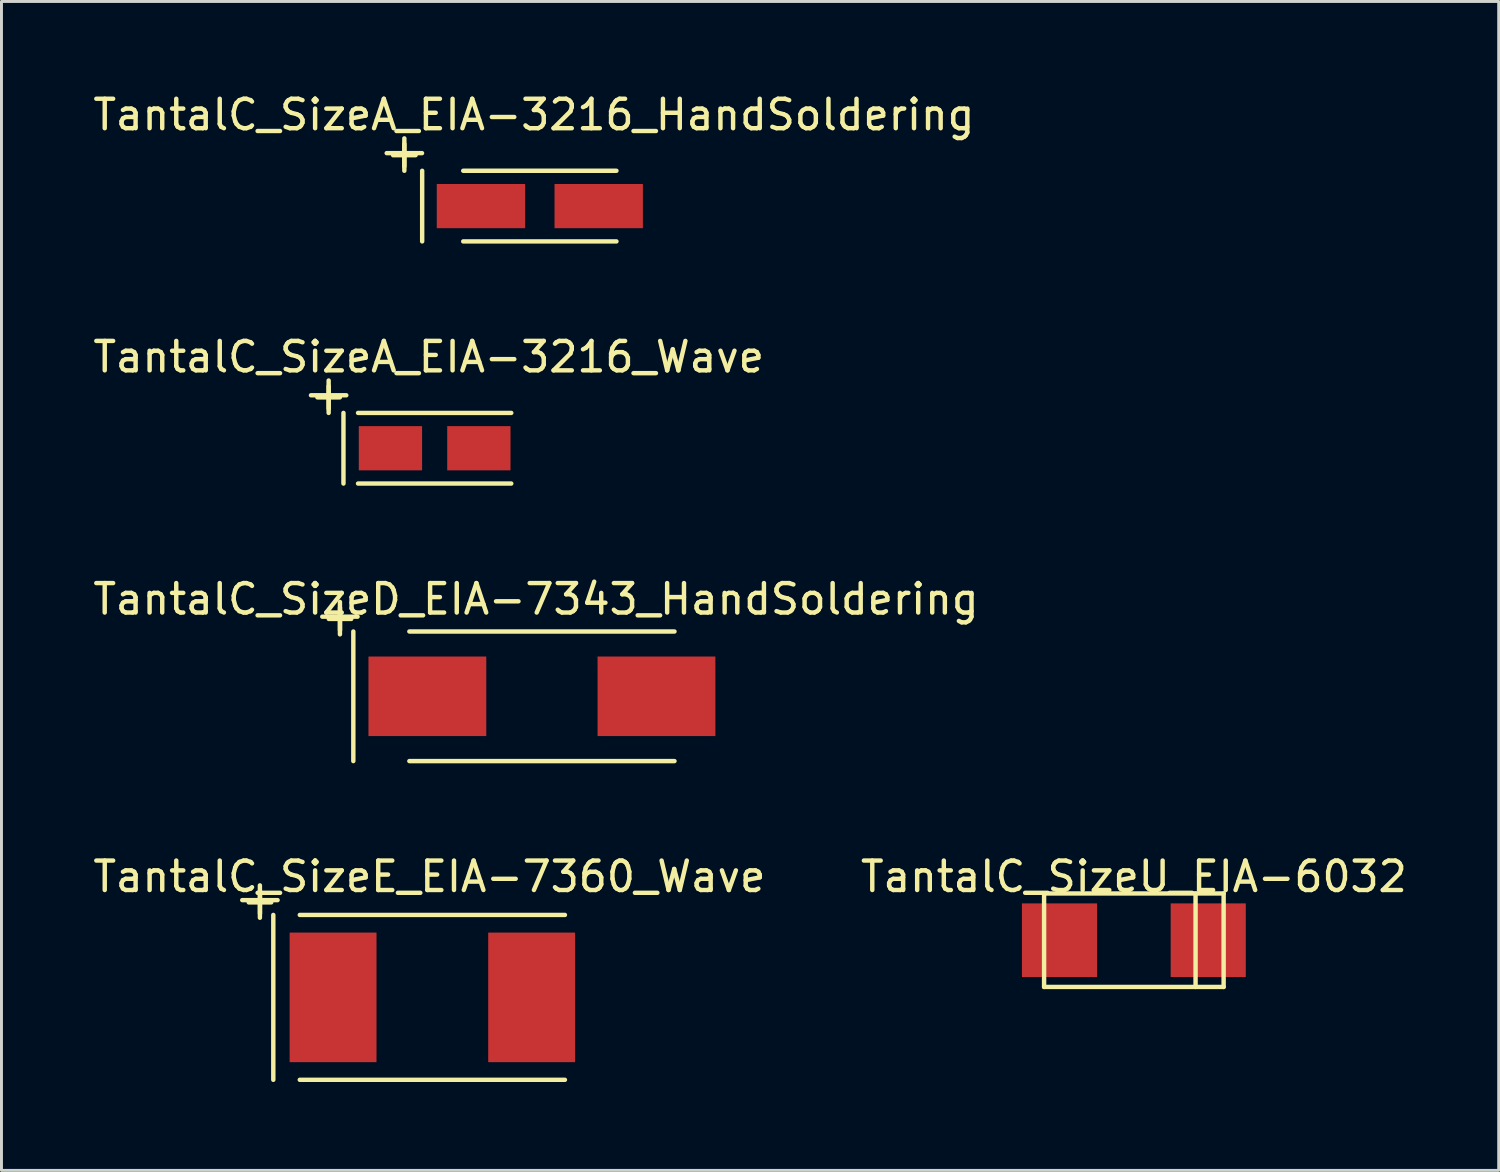
<source format=kicad_pcb>
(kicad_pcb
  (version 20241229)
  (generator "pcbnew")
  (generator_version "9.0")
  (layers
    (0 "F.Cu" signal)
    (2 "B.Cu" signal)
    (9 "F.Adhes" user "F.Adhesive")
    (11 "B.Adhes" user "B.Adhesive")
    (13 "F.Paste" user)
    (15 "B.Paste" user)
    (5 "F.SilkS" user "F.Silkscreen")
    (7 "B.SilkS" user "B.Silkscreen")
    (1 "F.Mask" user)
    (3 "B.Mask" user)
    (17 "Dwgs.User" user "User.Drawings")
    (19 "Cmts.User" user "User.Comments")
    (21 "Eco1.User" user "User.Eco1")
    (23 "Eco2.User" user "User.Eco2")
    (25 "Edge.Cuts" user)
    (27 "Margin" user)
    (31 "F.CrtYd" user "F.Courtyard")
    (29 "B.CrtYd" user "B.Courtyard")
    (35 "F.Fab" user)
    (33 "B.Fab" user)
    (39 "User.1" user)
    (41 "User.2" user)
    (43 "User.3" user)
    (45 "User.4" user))
  (footprint "TantalC_SizeE_EIA-7360_Wave"
    (layer "F.Cu")
    (at 11.629 30.812)
    (property "Reference" "TantalC_SizeE_EIA-7360_Wave" (at -0.099 -4.1 0) (layer "F.SilkS") (effects (font (size 1 1) (thickness 0.15))))
    (attr smd)
    (fp_line (start -6.454 -3.302) (end -5.255 -3.302) (stroke (width 0.15) (type solid)) (layer "F.SilkS"))
    (fp_line (start -5.855 -3.802) (end -5.855 -2.703) (stroke (width 0.15) (type solid)) (layer "F.SilkS"))
    (fp_line (start -5.4 -2.799) (end -5.4 2.799) (stroke (width 0.15) (type solid)) (layer "F.SilkS"))
    (fp_line (start -4.501 2.799) (end 4.501 2.799) (stroke (width 0.15) (type solid)) (layer "F.SilkS"))
    (fp_line (start 4.501 -2.799) (end -4.501 -2.799) (stroke (width 0.15) (type solid)) (layer "F.SilkS"))
    (fp_text user "+" (at -5.852 -3.299 0) (layer "F.SilkS") (effects (font (size 1 1) (thickness 0.15))))
    (pad "1" smd rect (at -3.371 0) (size 2.949 4.399) (layers "F.Cu" "F.Mask" "F.Paste"))
    (pad "2" smd rect (at 3.371 0) (size 2.949 4.399) (layers "F.Cu" "F.Mask" "F.Paste")))
  (footprint "TantalC_SizeA_EIA-3216_Wave"
    (layer "F.Cu")
    (at 11.707 12.168)
    (property "Reference" "TantalC_SizeA_EIA-3216_Wave" (at -0.201 -3.099 0) (layer "F.SilkS") (effects (font (size 1 1) (thickness 0.15))))
    (attr smd)
    (fp_line (start -4.199 -1.798) (end -3 -1.798) (stroke (width 0.15) (type solid)) (layer "F.SilkS"))
    (fp_line (start -3.599 -2.299) (end -3.599 -1.199) (stroke (width 0.15) (type solid)) (layer "F.SilkS"))
    (fp_line (start -3.096 -1.199) (end -3.096 1.199) (stroke (width 0.15) (type solid)) (layer "F.SilkS"))
    (fp_line (start -2.601 1.199) (end 2.601 1.199) (stroke (width 0.15) (type solid)) (layer "F.SilkS"))
    (fp_line (start 2.601 -1.199) (end -2.601 -1.199) (stroke (width 0.15) (type solid)) (layer "F.SilkS"))
    (fp_text user "+" (at -3.599 -1.801 0) (layer "F.SilkS") (effects (font (size 1 1) (thickness 0.15))))
    (pad "1" smd rect (at -1.501 0) (size 2.149 1.501) (layers "F.Cu" "F.Mask" "F.Paste"))
    (pad "2" smd rect (at 1.501 0) (size 2.149 1.501) (layers "F.Cu" "F.Mask" "F.Paste")))
  (footprint "TantalC_SizeD_EIA-7343_HandSoldering"
    (layer "F.Cu")
    (at 15.349 20.59)
    (property "Reference" "TantalC_SizeD_EIA-7343_HandSoldering" (at -0.201 -3.299 0) (layer "F.SilkS") (effects (font (size 1 1) (thickness 0.15))))
    (attr smd)
    (fp_line (start -7.457 -2.703) (end -6.259 -2.703) (stroke (width 0.15) (type solid)) (layer "F.SilkS"))
    (fp_line (start -6.858 -3.203) (end -6.858 -2.103) (stroke (width 0.15) (type solid)) (layer "F.SilkS"))
    (fp_line (start -6.403 -2.2) (end -6.403 2.2) (stroke (width 0.15) (type solid)) (layer "F.SilkS"))
    (fp_line (start -4.501 2.2) (end 4.501 2.2) (stroke (width 0.15) (type solid)) (layer "F.SilkS"))
    (fp_line (start 4.501 -2.2) (end -4.501 -2.2) (stroke (width 0.15) (type solid)) (layer "F.SilkS"))
    (fp_text user "+" (at -6.855 -2.7 0) (layer "F.SilkS") (effects (font (size 1 1) (thickness 0.15))))
    (pad "1" smd rect (at -3.889 0) (size 4 2.7) (layers "F.Cu" "F.Mask" "F.Paste"))
    (pad "2" smd rect (at 3.889 0) (size 4 2.7) (layers "F.Cu" "F.Mask" "F.Paste")))
  (footprint "TantalC_SizeU_EIA-6032"
    (layer "F.Cu")
    (at 35.446 28.871)
    (property "Reference" "TantalC_SizeU_EIA-6032" (at 0 -2.159 0) (layer "F.SilkS") (effects (font (size 1 1) (thickness 0.15))))
    (attr through_hole)
    (fp_line (start -3.048 -1.587) (end -3.048 1.587) (stroke (width 0.15) (type solid)) (layer "F.SilkS"))
    (fp_line (start -3.048 1.587) (end 3.048 1.587) (stroke (width 0.15) (type solid)) (layer "F.SilkS"))
    (fp_line (start 2.095 -1.587) (end 2.095 1.587) (stroke (width 0.15) (type solid)) (layer "F.SilkS"))
    (fp_line (start 3.048 -1.587) (end -3.048 -1.587) (stroke (width 0.15) (type solid)) (layer "F.SilkS"))
    (fp_line (start 3.048 1.587) (end 3.048 -1.587) (stroke (width 0.15) (type solid)) (layer "F.SilkS"))
    (pad "1" smd rect (at 2.525 0) (size 2.55 2.499) (layers "F.Cu" "F.Mask" "F.Paste"))
    (pad "2" smd rect (at -2.525 0) (size 2.55 2.499) (layers "F.Cu" "F.Mask" "F.Paste")))
  (footprint "TantalC_SizeA_EIA-3216_HandSoldering"
    (layer "F.Cu")
    (at 15.278 3.947)
    (property "Reference" "TantalC_SizeA_EIA-3216_HandSoldering" (at -0.201 -3.099 0) (layer "F.SilkS") (effects (font (size 1 1) (thickness 0.15))))
    (attr smd)
    (fp_line (start -5.199 -1.798) (end -4 -1.798) (stroke (width 0.15) (type solid)) (layer "F.SilkS"))
    (fp_line (start -4.6 -2.299) (end -4.6 -1.199) (stroke (width 0.15) (type solid)) (layer "F.SilkS"))
    (fp_line (start -3.995 -1.199) (end -3.995 1.199) (stroke (width 0.15) (type solid)) (layer "F.SilkS"))
    (fp_line (start -2.601 1.199) (end 2.601 1.199) (stroke (width 0.15) (type solid)) (layer "F.SilkS"))
    (fp_line (start 2.601 -1.199) (end -2.601 -1.199) (stroke (width 0.15) (type solid)) (layer "F.SilkS"))
    (fp_text user "+" (at -4.6 -1.801 0) (layer "F.SilkS") (effects (font (size 1 1) (thickness 0.15))))
    (pad "1" smd rect (at -1.999 0) (size 3 1.501) (layers "F.Cu" "F.Mask" "F.Paste"))
    (pad "2" smd rect (at 1.999 0) (size 3 1.501) (layers "F.Cu" "F.Mask" "F.Paste")))
  (gr_rect
    (start -3 -3)
    (end 47.833 36.686)
    (stroke (width 0.1) (type default))
    (fill no)
    (layer "Edge.Cuts")))
</source>
